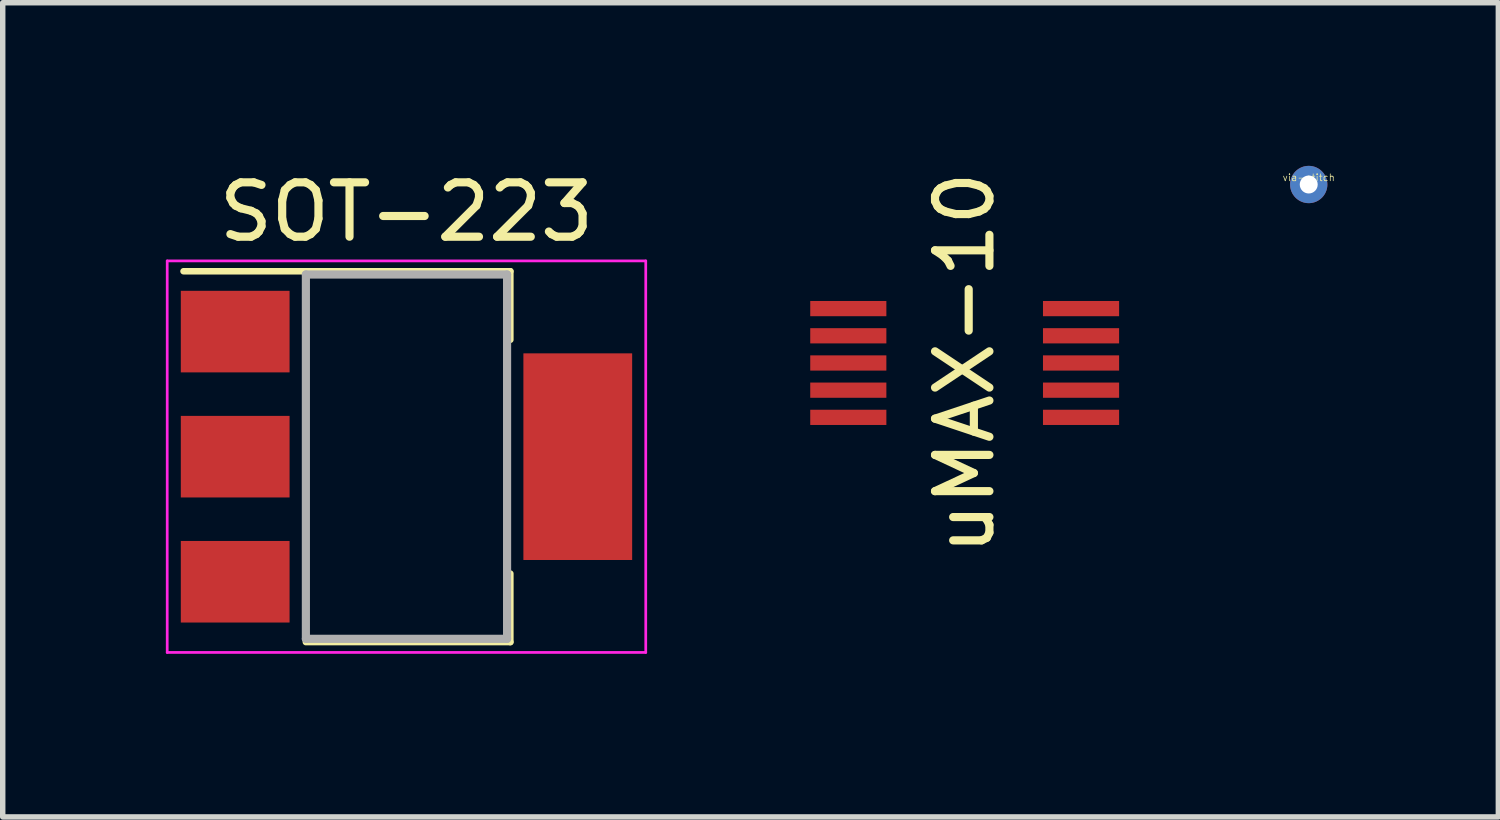
<source format=kicad_pcb>
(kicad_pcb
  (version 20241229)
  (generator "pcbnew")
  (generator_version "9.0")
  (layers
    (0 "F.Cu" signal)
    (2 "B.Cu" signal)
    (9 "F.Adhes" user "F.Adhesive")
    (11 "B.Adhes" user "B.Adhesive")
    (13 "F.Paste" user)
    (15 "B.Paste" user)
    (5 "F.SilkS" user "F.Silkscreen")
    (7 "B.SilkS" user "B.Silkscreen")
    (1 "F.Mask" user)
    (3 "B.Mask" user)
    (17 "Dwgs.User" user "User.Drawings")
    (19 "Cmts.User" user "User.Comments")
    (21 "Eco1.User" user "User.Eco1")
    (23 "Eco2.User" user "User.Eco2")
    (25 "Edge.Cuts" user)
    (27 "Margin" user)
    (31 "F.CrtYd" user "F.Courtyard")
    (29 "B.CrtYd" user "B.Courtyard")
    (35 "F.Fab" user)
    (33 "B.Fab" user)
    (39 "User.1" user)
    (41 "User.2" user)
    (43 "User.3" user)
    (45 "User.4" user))
  (footprint "SOT-223"
    (layer "F.Cu")
    (at 4.425 5.348)
    (property "Reference" "SOT-223" (at 0 -4.5 0) (layer "F.SilkS") (effects (font (size 1 1) (thickness 0.15))))
    (attr smd)
    (fp_line (start -4.1 -3.41) (end 1.91 -3.41) (stroke (width 0.12) (type solid)) (layer "F.SilkS"))
    (fp_line (start -1.85 3.41) (end 1.91 3.41) (stroke (width 0.12) (type solid)) (layer "F.SilkS"))
    (fp_line (start 1.91 -3.41) (end 1.91 -2.15) (stroke (width 0.12) (type solid)) (layer "F.SilkS"))
    (fp_line (start 1.91 3.41) (end 1.91 2.15) (stroke (width 0.12) (type solid)) (layer "F.SilkS"))
    (fp_line (start -4.4 -3.6) (end -4.4 3.6) (stroke (width 0.05) (type solid)) (layer "F.CrtYd"))
    (fp_line (start -4.4 3.6) (end 4.4 3.6) (stroke (width 0.05) (type solid)) (layer "F.CrtYd"))
    (fp_line (start 4.4 -3.6) (end -4.4 -3.6) (stroke (width 0.05) (type solid)) (layer "F.CrtYd"))
    (fp_line (start 4.4 3.6) (end 4.4 -3.6) (stroke (width 0.05) (type solid)) (layer "F.CrtYd"))
    (fp_line (start -1.85 -3.35) (end -1.85 3.35) (stroke (width 0.15) (type solid)) (layer "F.Fab"))
    (fp_line (start -1.85 -3.35) (end 1.85 -3.35) (stroke (width 0.15) (type solid)) (layer "F.Fab"))
    (fp_line (start -1.85 3.35) (end 1.85 3.35) (stroke (width 0.15) (type solid)) (layer "F.Fab"))
    (fp_line (start 1.85 -3.35) (end 1.85 3.35) (stroke (width 0.15) (type solid)) (layer "F.Fab"))
    (pad "1" smd rect (at -3.15 -2.3) (size 2 1.5) (layers "F.Cu" "F.Mask" "F.Paste"))
    (pad "2" smd rect (at -3.15 0) (size 2 1.5) (layers "F.Cu" "F.Mask" "F.Paste"))
    (pad "2" smd rect (at 3.15 0) (size 2 3.8) (layers "F.Cu" "F.Mask" "F.Paste"))
    (pad "3" smd rect (at -3.15 2.3) (size 2 1.5) (layers "F.Cu" "F.Mask" "F.Paste")))
  (footprint "uMAX-10"
    (layer "F.Cu")
    (at 14.69 3.625)
    (property "Reference" "uMAX-10" (at 0 0 90) (layer "F.SilkS") (effects (font (size 1 1) (thickness 0.15))))
    (attr through_hole)
    (pad "1" smd rect (at -2.14 -1) (size 1.4 0.28) (layers "F.Cu" "F.Mask" "F.Paste"))
    (pad "2" smd rect (at -2.14 -0.5) (size 1.4 0.28) (layers "F.Cu" "F.Mask" "F.Paste"))
    (pad "3" smd rect (at -2.14 0) (size 1.4 0.28) (layers "F.Cu" "F.Mask" "F.Paste"))
    (pad "4" smd rect (at -2.14 0.5) (size 1.4 0.28) (layers "F.Cu" "F.Mask" "F.Paste"))
    (pad "5" smd rect (at -2.14 1) (size 1.4 0.28) (layers "F.Cu" "F.Mask" "F.Paste"))
    (pad "6" smd rect (at 2.14 1) (size 1.4 0.28) (layers "F.Cu" "F.Mask" "F.Paste"))
    (pad "7" smd rect (at 2.14 0.5) (size 1.4 0.28) (layers "F.Cu" "F.Mask" "F.Paste"))
    (pad "8" smd rect (at 2.14 0) (size 1.4 0.28) (layers "F.Cu" "F.Mask" "F.Paste"))
    (pad "9" smd rect (at 2.14 -0.5) (size 1.4 0.28) (layers "F.Cu" "F.Mask" "F.Paste"))
    (pad "10" smd rect (at 2.14 -1) (size 1.4 0.28) (layers "F.Cu" "F.Mask" "F.Paste")))
  (footprint "via-stitch"
    (layer "F.Cu")
    (at 21.017 0.343)
    (property "Reference" "via-stitch" (at 0 -0.127 0) (layer "F.SilkS") (effects (font (size 0.127 0.127) (thickness 0.013))))
    (attr through_hole)
    (pad "1" thru_hole circle (at 0 0) (size 0.686 0.686) (drill 0.33) (layers "*.Cu")))
  (gr_rect
    (start -3 -3)
    (end 24.504 11.973)
    (stroke (width 0.1) (type default))
    (fill no)
    (layer "Edge.Cuts")))
</source>
